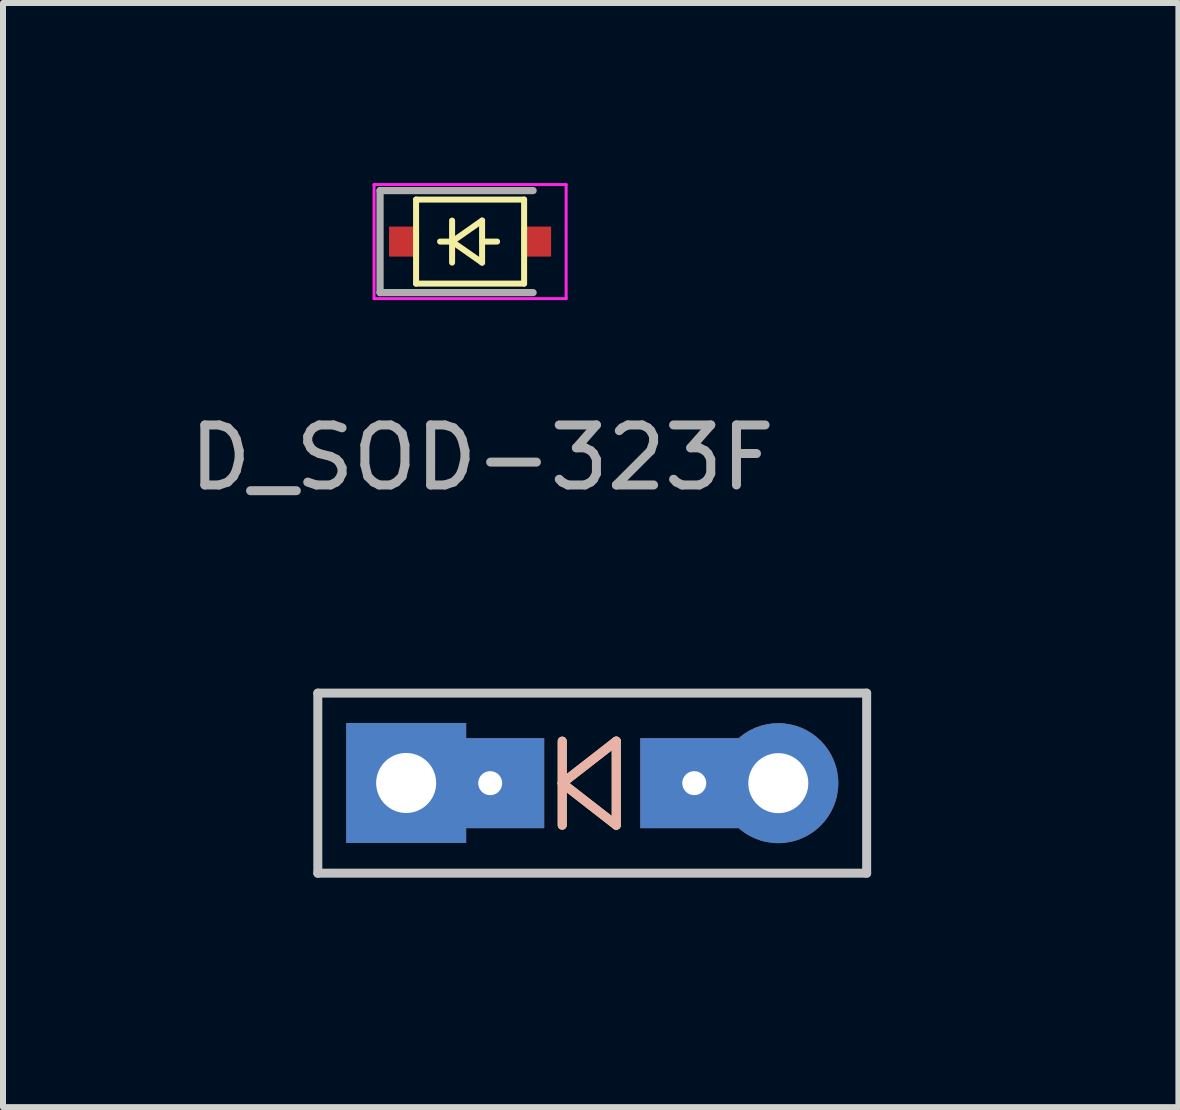
<source format=kicad_pcb>
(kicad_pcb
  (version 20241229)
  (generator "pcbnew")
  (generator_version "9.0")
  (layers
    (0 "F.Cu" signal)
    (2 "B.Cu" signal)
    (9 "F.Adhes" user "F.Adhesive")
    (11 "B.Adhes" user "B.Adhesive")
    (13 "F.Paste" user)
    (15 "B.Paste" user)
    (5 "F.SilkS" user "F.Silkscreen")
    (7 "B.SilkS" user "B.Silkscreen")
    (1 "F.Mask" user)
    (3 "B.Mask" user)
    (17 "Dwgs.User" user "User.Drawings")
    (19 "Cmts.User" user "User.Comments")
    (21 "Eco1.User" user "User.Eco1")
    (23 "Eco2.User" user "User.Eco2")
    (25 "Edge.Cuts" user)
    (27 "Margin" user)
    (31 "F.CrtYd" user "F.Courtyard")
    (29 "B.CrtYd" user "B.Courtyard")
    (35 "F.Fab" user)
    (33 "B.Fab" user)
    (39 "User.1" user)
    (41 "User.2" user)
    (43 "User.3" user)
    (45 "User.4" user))
  (footprint "Diode_TH_SOD123"
    (placed yes)
    (layer "F.Cu")
    (at 6.817 9.998)
    (property "Reference" "Diode_TH_SOD123" (at -0.025 1.549 0) (layer "Eco1.User") (effects (font (size 1 1) (thickness 0.15))))
    (attr through_hole)
    (fp_line (start -0.5 -0.7) (end -0.5 0.7) (stroke (width 0.15) (type solid)) (layer "F.SilkS"))
    (fp_line (start -0.5 0) (end 0.4 -0.7) (stroke (width 0.15) (type solid)) (layer "F.SilkS"))
    (fp_line (start 0.4 -0.7) (end 0.4 0.7) (stroke (width 0.15) (type solid)) (layer "F.SilkS"))
    (fp_line (start 0.4 0.7) (end -0.5 0) (stroke (width 0.15) (type solid)) (layer "F.SilkS"))
    (fp_line (start -0.5 -0.7) (end -0.5 0.7) (stroke (width 0.15) (type solid)) (layer "B.SilkS"))
    (fp_line (start -0.5 0) (end 0.4 -0.7) (stroke (width 0.15) (type solid)) (layer "B.SilkS"))
    (fp_line (start 0.4 -0.7) (end 0.4 0.7) (stroke (width 0.15) (type solid)) (layer "B.SilkS"))
    (fp_line (start 0.4 0.7) (end -0.5 0) (stroke (width 0.15) (type solid)) (layer "B.SilkS"))
    (fp_line (start -4.572 -1.5) (end -4.572 1.5) (stroke (width 0.15) (type solid)) (layer "Dwgs.User"))
    (fp_line (start -4.572 -1.5) (end 4.572 -1.5) (stroke (width 0.15) (type solid)) (layer "Dwgs.User"))
    (fp_line (start -4.572 1.5) (end 4.572 1.5) (stroke (width 0.15) (type solid)) (layer "Dwgs.User"))
    (fp_line (start 4.572 -1.5) (end 4.572 1.5) (stroke (width 0.15) (type solid)) (layer "Dwgs.User"))
    (pad "1" thru_hole rect (at -3.1 -0.003 180) (size 1.999 1.999) (drill 1) (layers "*.Cu" "*.Mask"))
    (pad "1" thru_hole rect (at -1.7 0) (size 1.8 1.5) (drill 0.4) (layers "*.Cu" "*.Mask"))
    (pad "2" thru_hole rect (at 1.7 0) (size 1.8 1.5) (drill 0.4) (layers "*.Cu" "*.Mask"))
    (pad "2" thru_hole circle (at 3.1 0 180) (size 1.999 1.999) (drill 1) (layers "*.Cu" "*.Mask")))
  (footprint "D_SOD-323F"
    (layer "F.Cu")
    (at 4.782 0.975)
    (property "Reference" "D_SOD-323F" (at 0.2 3.6 0) (layer "F.Fab") (effects (font (size 1 1) (thickness 0.15))))
    (attr smd)
    (fp_line (start -0.9 -0.7) (end 0.9 -0.7) (stroke (width 0.1) (type solid)) (layer "F.SilkS"))
    (fp_line (start -0.9 0.7) (end -0.9 -0.7) (stroke (width 0.1) (type solid)) (layer "F.SilkS"))
    (fp_line (start -0.3 -0.35) (end -0.3 0.35) (stroke (width 0.1) (type solid)) (layer "F.SilkS"))
    (fp_line (start -0.3 0) (end -0.5 0) (stroke (width 0.1) (type solid)) (layer "F.SilkS"))
    (fp_line (start -0.3 0) (end 0.2 -0.35) (stroke (width 0.1) (type solid)) (layer "F.SilkS"))
    (fp_line (start 0.2 -0.35) (end 0.2 0.35) (stroke (width 0.1) (type solid)) (layer "F.SilkS"))
    (fp_line (start 0.2 0) (end 0.45 0) (stroke (width 0.1) (type solid)) (layer "F.SilkS"))
    (fp_line (start 0.2 0.35) (end -0.3 0) (stroke (width 0.1) (type solid)) (layer "F.SilkS"))
    (fp_line (start 0.9 -0.7) (end 0.9 0.7) (stroke (width 0.1) (type solid)) (layer "F.SilkS"))
    (fp_line (start 0.9 0.7) (end -0.9 0.7) (stroke (width 0.1) (type solid)) (layer "F.SilkS"))
    (fp_line (start -1.6 -0.95) (end -1.6 0.95) (stroke (width 0.05) (type solid)) (layer "F.CrtYd"))
    (fp_line (start -1.6 -0.95) (end 1.6 -0.95) (stroke (width 0.05) (type solid)) (layer "F.CrtYd"))
    (fp_line (start -1.6 0.95) (end 1.6 0.95) (stroke (width 0.05) (type solid)) (layer "F.CrtYd"))
    (fp_line (start 1.6 -0.95) (end 1.6 0.95) (stroke (width 0.05) (type solid)) (layer "F.CrtYd"))
    (fp_line (start -1.5 -0.85) (end -1.5 0.85) (stroke (width 0.12) (type solid)) (layer "F.Fab"))
    (fp_line (start -1.5 -0.85) (end 1.05 -0.85) (stroke (width 0.12) (type solid)) (layer "F.Fab"))
    (fp_line (start -1.5 0.85) (end 1.05 0.85) (stroke (width 0.12) (type solid)) (layer "F.Fab"))
    (pad "1" smd rect (at -1.1 0) (size 0.5 0.5) (layers "F.Cu" "F.Mask" "F.Paste"))
    (pad "2" smd rect (at 1.1 0) (size 0.5 0.5) (layers "F.Cu" "F.Mask" "F.Paste")))
  (gr_rect
    (start -3 -3)
    (end 16.583 15.396)
    (stroke (width 0.1) (type default))
    (fill no)
    (layer "Edge.Cuts")))
</source>
